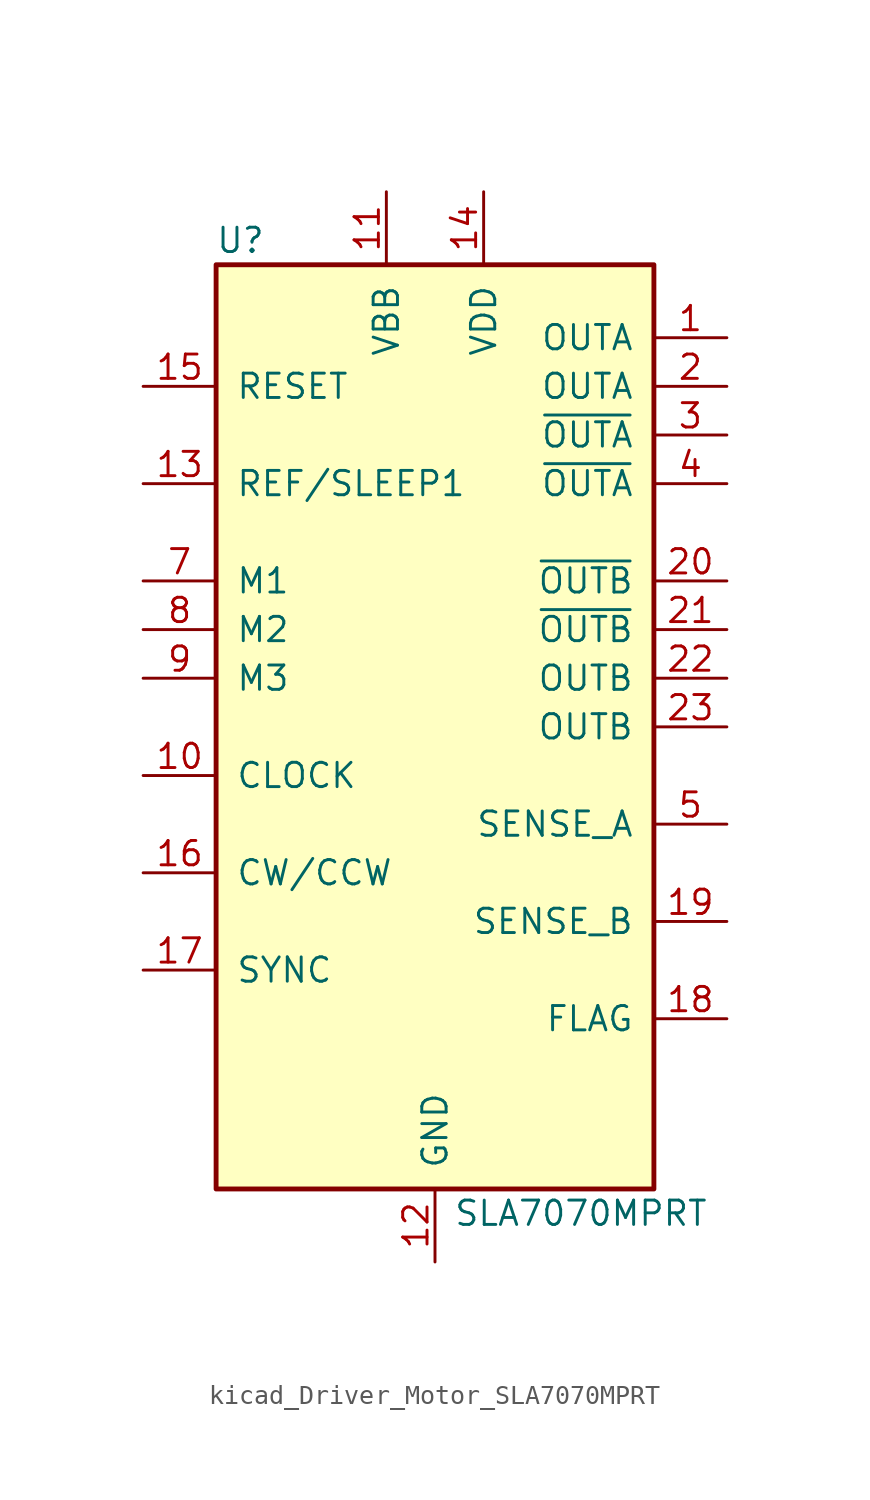
<source format=kicad_sym>
(kicad_symbol_lib
  (version 20220914)
  (generator kicad_symbol_editor)
  (symbol "kicad_Driver_Motor_SLA7070MPRT"
    (pin_names
      (offset 1.016))
    (property "Reference" "U"
      (at -10.16 25.4 0)
      (effects (font (size 1.27 1.27))))
    (property "Value" "SLA7070MPRT"
      (at 7.62 -25.4 0)
      (effects (font (size 1.27 1.27))))
    (symbol "kicad_Driver_Motor_SLA7070MPRT_0_1"
      (rectangle (start -11.43 24.13) (end 11.43 -24.13) (stroke (width 0.254) (type default)) (fill (type background))))
    (symbol "kicad_Driver_Motor_SLA7070MPRT_1_1"
      (pin output line (at 15.24 20.32 180) (length 3.81) (name "OUTA" (effects (font (size 1.27 1.27)))) (number "1" (effects (font (size 1.27 1.27)))))
      (pin input line (at -15.24 -2.54 0) (length 3.81) (name "CLOCK" (effects (font (size 1.27 1.27)))) (number "10" (effects (font (size 1.27 1.27)))))
      (pin power_in line (at -2.54 27.94 270) (length 3.81) (name "VBB" (effects (font (size 1.27 1.27)))) (number "11" (effects (font (size 1.27 1.27)))))
      (pin power_in line (at 0 -27.94 90) (length 3.81) (name "GND" (effects (font (size 1.27 1.27)))) (number "12" (effects (font (size 1.27 1.27)))))
      (pin input line (at -15.24 12.7 0) (length 3.81) (name "REF/SLEEP1" (effects (font (size 1.27 1.27)))) (number "13" (effects (font (size 1.27 1.27)))))
      (pin power_in line (at 2.54 27.94 270) (length 3.81) (name "VDD" (effects (font (size 1.27 1.27)))) (number "14" (effects (font (size 1.27 1.27)))))
      (pin input line (at -15.24 17.78 0) (length 3.81) (name "RESET" (effects (font (size 1.27 1.27)))) (number "15" (effects (font (size 1.27 1.27)))))
      (pin input line (at -15.24 -7.62 0) (length 3.81) (name "CW/CCW" (effects (font (size 1.27 1.27)))) (number "16" (effects (font (size 1.27 1.27)))))
      (pin input line (at -15.24 -12.7 0) (length 3.81) (name "SYNC" (effects (font (size 1.27 1.27)))) (number "17" (effects (font (size 1.27 1.27)))))
      (pin output line (at 15.24 -15.24 180) (length 3.81) (name "FLAG" (effects (font (size 1.27 1.27)))) (number "18" (effects (font (size 1.27 1.27)))))
      (pin output line (at 15.24 -10.16 180) (length 3.81) (name "SENSE_B" (effects (font (size 1.27 1.27)))) (number "19" (effects (font (size 1.27 1.27)))))
      (pin output line (at 15.24 17.78 180) (length 3.81) (name "OUTA" (effects (font (size 1.27 1.27)))) (number "2" (effects (font (size 1.27 1.27)))))
      (pin output line (at 15.24 7.62 180) (length 3.81) (name "~{OUTB}" (effects (font (size 1.27 1.27)))) (number "20" (effects (font (size 1.27 1.27)))))
      (pin output line (at 15.24 5.08 180) (length 3.81) (name "~{OUTB}" (effects (font (size 1.27 1.27)))) (number "21" (effects (font (size 1.27 1.27)))))
      (pin output line (at 15.24 2.54 180) (length 3.81) (name "OUTB" (effects (font (size 1.27 1.27)))) (number "22" (effects (font (size 1.27 1.27)))))
      (pin output line (at 15.24 0 180) (length 3.81) (name "OUTB" (effects (font (size 1.27 1.27)))) (number "23" (effects (font (size 1.27 1.27)))))
      (pin output line (at 15.24 15.24 180) (length 3.81) (name "~{OUTA}" (effects (font (size 1.27 1.27)))) (number "3" (effects (font (size 1.27 1.27)))))
      (pin output line (at 15.24 12.7 180) (length 3.81) (name "~{OUTA}" (effects (font (size 1.27 1.27)))) (number "4" (effects (font (size 1.27 1.27)))))
      (pin output line (at 15.24 -5.08 180) (length 3.81) (name "SENSE_A" (effects (font (size 1.27 1.27)))) (number "5" (effects (font (size 1.27 1.27)))))
      (pin no_connect line (at 10.16 -20.32 180) (length 3.81) hide (name "N.C." (effects (font (size 1.27 1.27)))) (number "6" (effects (font (size 1.27 1.27)))))
      (pin input line (at -15.24 7.62 0) (length 3.81) (name "M1" (effects (font (size 1.27 1.27)))) (number "7" (effects (font (size 1.27 1.27)))))
      (pin input line (at -15.24 5.08 0) (length 3.81) (name "M2" (effects (font (size 1.27 1.27)))) (number "8" (effects (font (size 1.27 1.27)))))
      (pin input line (at -15.24 2.54 0) (length 3.81) (name "M3" (effects (font (size 1.27 1.27)))) (number "9" (effects (font (size 1.27 1.27))))))))
</source>
